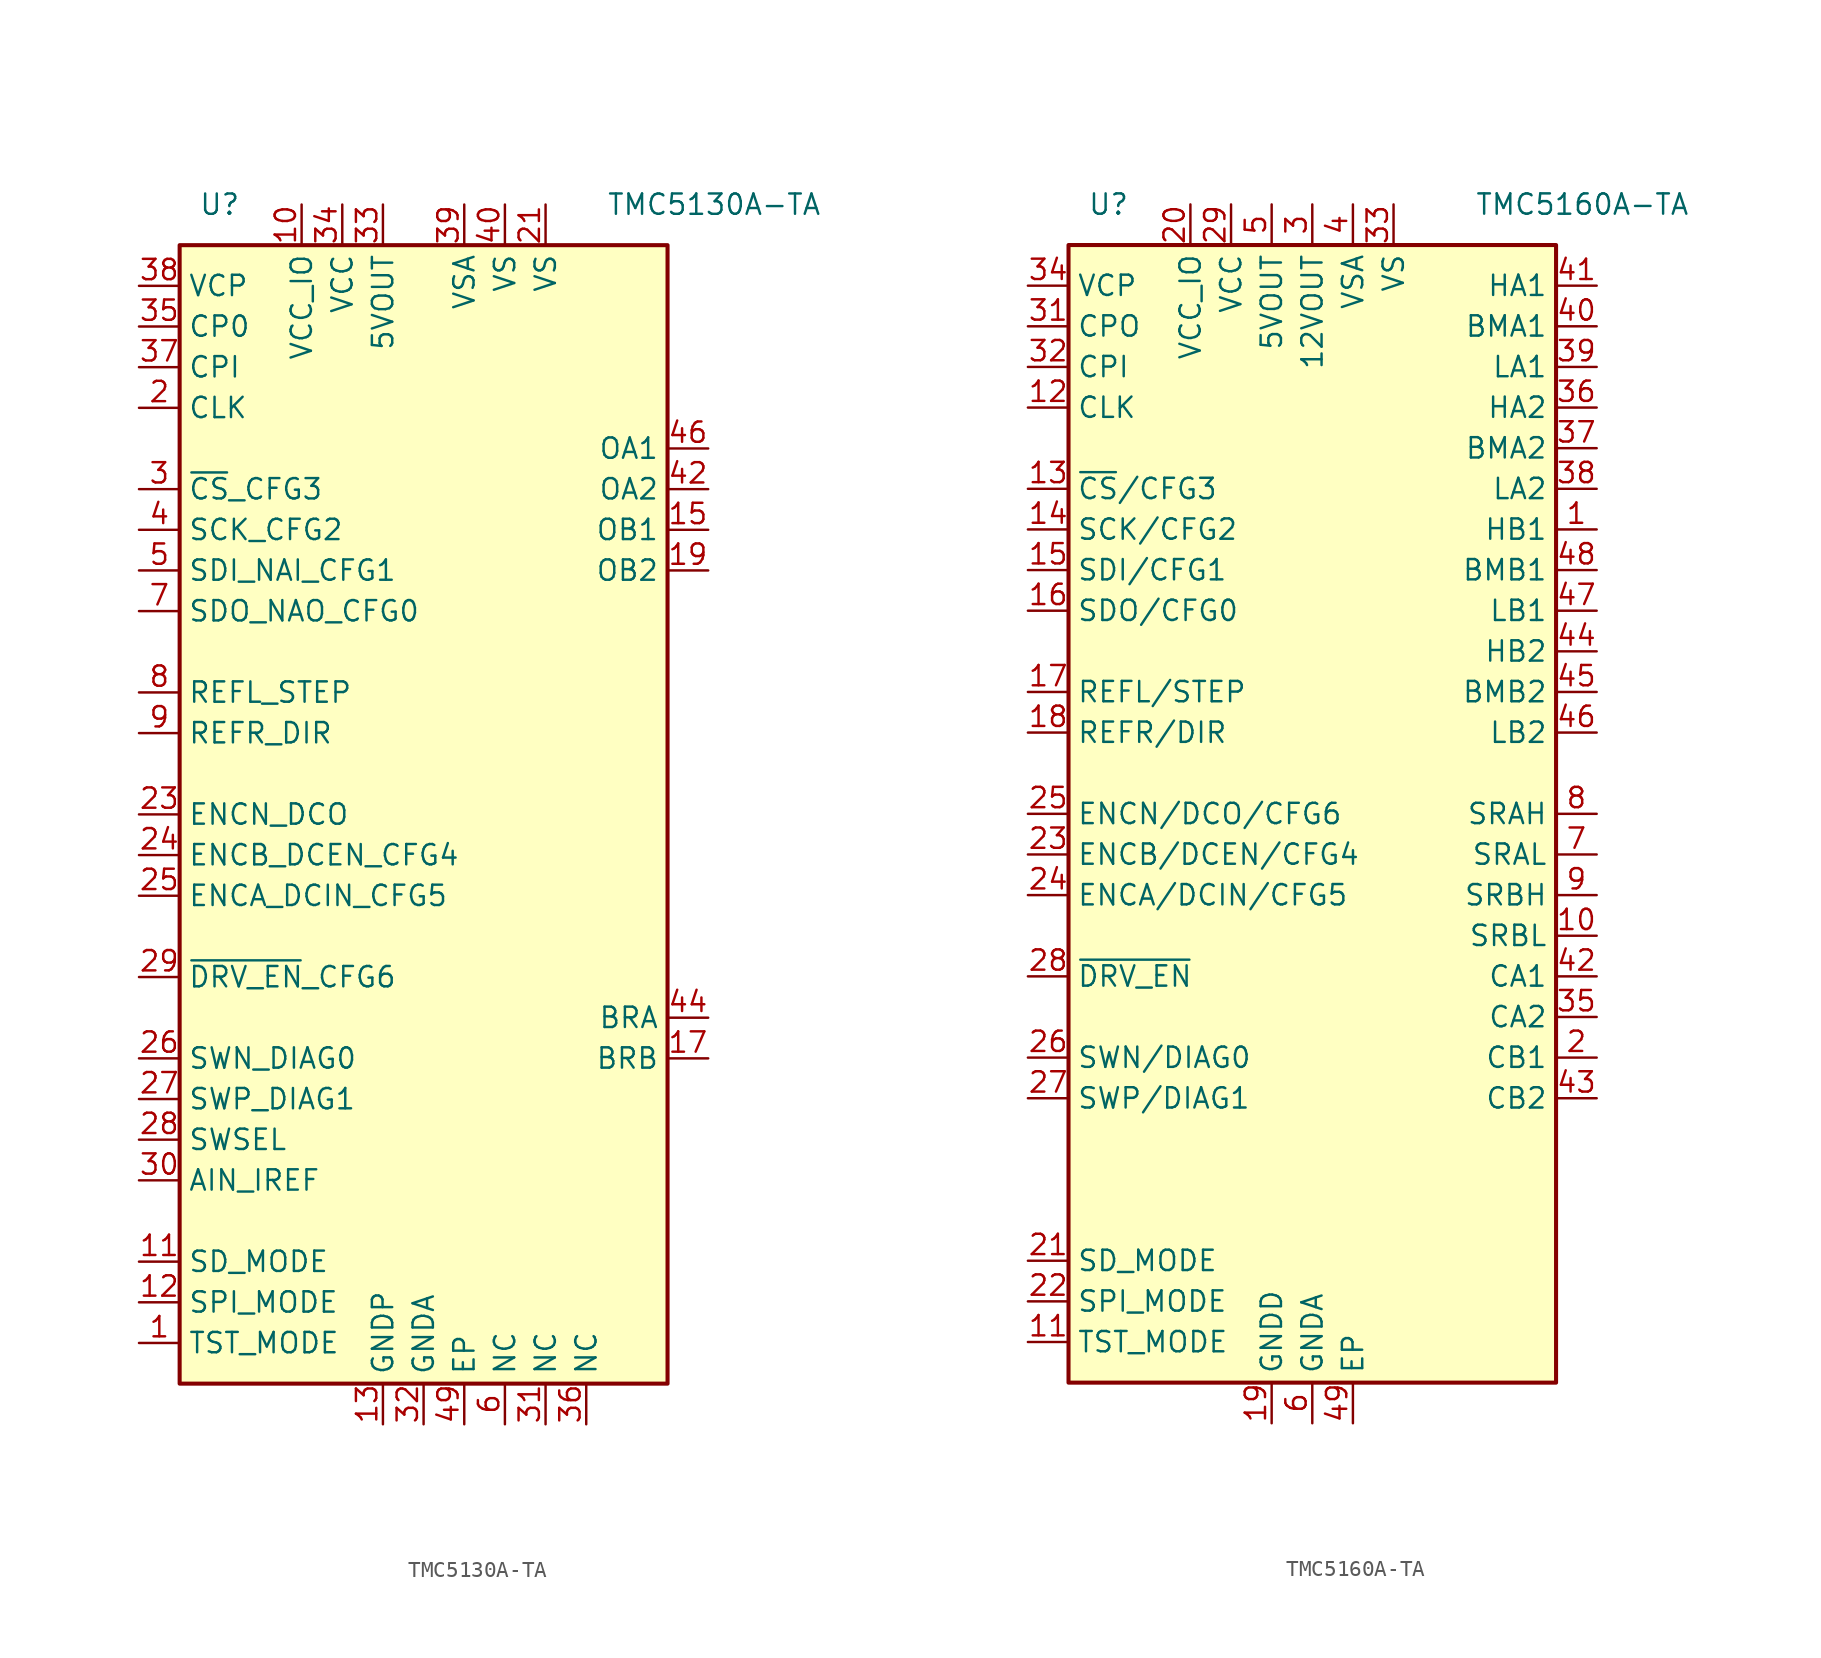
<source format=kicad_sym>
(kicad_symbol_lib
  (version 20201005)
  (generator kicad_symbol_editor)
  (symbol "Driver_Motor:TMC5130A-TA"
    (property "Reference" "U"
      (at -11.43 38.1 0)
      (effects (font (size 1.27 1.27)) (justify right)))
    (property "Value" "TMC5130A-TA"
      (at 11.43 38.1 0)
      (effects (font (size 1.27 1.27)) (justify left)))
    (symbol "TMC5130A-TA_0_1"
      (rectangle (start -15.24 35.56) (end 15.24 -35.56) (stroke (width 0.254)) (fill (type background))))
    (symbol "TMC5130A-TA_1_1"
      (pin input line (at -17.78 -33.02 0) (length 2.54) (name "TST_MODE" (effects (font (size 1.27 1.27)))) (number "1" (effects (font (size 1.27 1.27)))))
      (pin power_in line (at -7.62 38.1 270) (length 2.54) (name "VCC_IO" (effects (font (size 1.27 1.27)))) (number "10" (effects (font (size 1.27 1.27)))))
      (pin input line (at -17.78 -27.94 0) (length 2.54) (name "SD_MODE" (effects (font (size 1.27 1.27)))) (number "11" (effects (font (size 1.27 1.27)))))
      (pin input line (at -17.78 -30.48 0) (length 2.54) (name "SPI_MODE" (effects (font (size 1.27 1.27)))) (number "12" (effects (font (size 1.27 1.27)))))
      (pin power_in line (at -2.54 -38.1 90) (length 2.54) (name "GNDP" (effects (font (size 1.27 1.27)))) (number "13" (effects (font (size 1.27 1.27)))))
      (pin no_connect line (at 15.24 12.7 180) (length 2.54) hide (name "DNC" (effects (font (size 1.27 1.27)))) (number "14" (effects (font (size 1.27 1.27)))))
      (pin output line (at 17.78 17.78 180) (length 2.54) (name "OB1" (effects (font (size 1.27 1.27)))) (number "15" (effects (font (size 1.27 1.27)))))
      (pin no_connect line (at 15.24 10.16 180) (length 2.54) hide (name "DNC" (effects (font (size 1.27 1.27)))) (number "16" (effects (font (size 1.27 1.27)))))
      (pin passive line (at 17.78 -15.24 180) (length 2.54) (name "BRB" (effects (font (size 1.27 1.27)))) (number "17" (effects (font (size 1.27 1.27)))))
      (pin no_connect line (at 15.24 7.62 180) (length 2.54) hide (name "DNC" (effects (font (size 1.27 1.27)))) (number "18" (effects (font (size 1.27 1.27)))))
      (pin output line (at 17.78 15.24 180) (length 2.54) (name "OB2" (effects (font (size 1.27 1.27)))) (number "19" (effects (font (size 1.27 1.27)))))
      (pin input line (at -17.78 25.4 0) (length 2.54) (name "CLK" (effects (font (size 1.27 1.27)))) (number "2" (effects (font (size 1.27 1.27)))))
      (pin no_connect line (at 15.24 5.08 180) (length 2.54) hide (name "DNC" (effects (font (size 1.27 1.27)))) (number "20" (effects (font (size 1.27 1.27)))))
      (pin power_in line (at 7.62 38.1 270) (length 2.54) (name "VS" (effects (font (size 1.27 1.27)))) (number "21" (effects (font (size 1.27 1.27)))))
      (pin no_connect line (at 15.24 2.54 180) (length 2.54) hide (name "DNC" (effects (font (size 1.27 1.27)))) (number "22" (effects (font (size 1.27 1.27)))))
      (pin bidirectional line (at -17.78 0 0) (length 2.54) (name "ENCN_DCO" (effects (font (size 1.27 1.27)))) (number "23" (effects (font (size 1.27 1.27)))))
      (pin input line (at -17.78 -2.54 0) (length 2.54) (name "ENCB_DCEN_CFG4" (effects (font (size 1.27 1.27)))) (number "24" (effects (font (size 1.27 1.27)))))
      (pin input line (at -17.78 -5.08 0) (length 2.54) (name "ENCA_DCIN_CFG5" (effects (font (size 1.27 1.27)))) (number "25" (effects (font (size 1.27 1.27)))))
      (pin bidirectional line (at -17.78 -15.24 0) (length 2.54) (name "SWN_DIAG0" (effects (font (size 1.27 1.27)))) (number "26" (effects (font (size 1.27 1.27)))))
      (pin bidirectional line (at -17.78 -17.78 0) (length 2.54) (name "SWP_DIAG1" (effects (font (size 1.27 1.27)))) (number "27" (effects (font (size 1.27 1.27)))))
      (pin input line (at -17.78 -20.32 0) (length 2.54) (name "SWSEL" (effects (font (size 1.27 1.27)))) (number "28" (effects (font (size 1.27 1.27)))))
      (pin input line (at -17.78 -10.16 0) (length 2.54) (name "~DRV_EN~_CFG6" (effects (font (size 1.27 1.27)))) (number "29" (effects (font (size 1.27 1.27)))))
      (pin input line (at -17.78 20.32 0) (length 2.54) (name "~CS~_CFG3" (effects (font (size 1.27 1.27)))) (number "3" (effects (font (size 1.27 1.27)))))
      (pin input line (at -17.78 -22.86 0) (length 2.54) (name "AIN_IREF" (effects (font (size 1.27 1.27)))) (number "30" (effects (font (size 1.27 1.27)))))
      (pin passive line (at 7.62 -38.1 90) (length 2.54) (name "NC" (effects (font (size 1.27 1.27)))) (number "31" (effects (font (size 1.27 1.27)))))
      (pin power_in line (at 0 -38.1 90) (length 2.54) (name "GNDA" (effects (font (size 1.27 1.27)))) (number "32" (effects (font (size 1.27 1.27)))))
      (pin power_out line (at -2.54 38.1 270) (length 2.54) (name "5VOUT" (effects (font (size 1.27 1.27)))) (number "33" (effects (font (size 1.27 1.27)))))
      (pin power_in line (at -5.08 38.1 270) (length 2.54) (name "VCC" (effects (font (size 1.27 1.27)))) (number "34" (effects (font (size 1.27 1.27)))))
      (pin passive line (at -17.78 30.48 0) (length 2.54) (name "CP0" (effects (font (size 1.27 1.27)))) (number "35" (effects (font (size 1.27 1.27)))))
      (pin passive line (at 10.16 -38.1 90) (length 2.54) (name "NC" (effects (font (size 1.27 1.27)))) (number "36" (effects (font (size 1.27 1.27)))))
      (pin passive line (at -17.78 27.94 0) (length 2.54) (name "CPI" (effects (font (size 1.27 1.27)))) (number "37" (effects (font (size 1.27 1.27)))))
      (pin passive line (at -17.78 33.02 0) (length 2.54) (name "VCP" (effects (font (size 1.27 1.27)))) (number "38" (effects (font (size 1.27 1.27)))))
      (pin power_in line (at 2.54 38.1 270) (length 2.54) (name "VSA" (effects (font (size 1.27 1.27)))) (number "39" (effects (font (size 1.27 1.27)))))
      (pin input line (at -17.78 17.78 0) (length 2.54) (name "SCK_CFG2" (effects (font (size 1.27 1.27)))) (number "4" (effects (font (size 1.27 1.27)))))
      (pin power_in line (at 5.08 38.1 270) (length 2.54) (name "VS" (effects (font (size 1.27 1.27)))) (number "40" (effects (font (size 1.27 1.27)))))
      (pin no_connect line (at 15.24 33.02 180) (length 2.54) hide (name "DNC" (effects (font (size 1.27 1.27)))) (number "41" (effects (font (size 1.27 1.27)))))
      (pin output line (at 17.78 20.32 180) (length 2.54) (name "OA2" (effects (font (size 1.27 1.27)))) (number "42" (effects (font (size 1.27 1.27)))))
      (pin no_connect line (at 15.24 30.48 180) (length 2.54) hide (name "DNC" (effects (font (size 1.27 1.27)))) (number "43" (effects (font (size 1.27 1.27)))))
      (pin passive line (at 17.78 -12.7 180) (length 2.54) (name "BRA" (effects (font (size 1.27 1.27)))) (number "44" (effects (font (size 1.27 1.27)))))
      (pin no_connect line (at 15.24 27.94 180) (length 2.54) hide (name "DNC" (effects (font (size 1.27 1.27)))) (number "45" (effects (font (size 1.27 1.27)))))
      (pin output line (at 17.78 22.86 180) (length 2.54) (name "OA1" (effects (font (size 1.27 1.27)))) (number "46" (effects (font (size 1.27 1.27)))))
      (pin no_connect line (at 15.24 25.4 180) (length 2.54) hide (name "DNC" (effects (font (size 1.27 1.27)))) (number "47" (effects (font (size 1.27 1.27)))))
      (pin passive line (at -2.54 -38.1 90) (length 2.54) hide (name "GNDP" (effects (font (size 1.27 1.27)))) (number "48" (effects (font (size 1.27 1.27)))))
      (pin power_in line (at 2.54 -38.1 90) (length 2.54) (name "EP" (effects (font (size 1.27 1.27)))) (number "49" (effects (font (size 1.27 1.27)))))
      (pin input line (at -17.78 15.24 0) (length 2.54) (name "SDI_NAI_CFG1" (effects (font (size 1.27 1.27)))) (number "5" (effects (font (size 1.27 1.27)))))
      (pin passive line (at 5.08 -38.1 90) (length 2.54) (name "NC" (effects (font (size 1.27 1.27)))) (number "6" (effects (font (size 1.27 1.27)))))
      (pin bidirectional line (at -17.78 12.7 0) (length 2.54) (name "SDO_NAO_CFG0" (effects (font (size 1.27 1.27)))) (number "7" (effects (font (size 1.27 1.27)))))
      (pin input line (at -17.78 7.62 0) (length 2.54) (name "REFL_STEP" (effects (font (size 1.27 1.27)))) (number "8" (effects (font (size 1.27 1.27)))))
      (pin input line (at -17.78 5.08 0) (length 2.54) (name "REFR_DIR" (effects (font (size 1.27 1.27)))) (number "9" (effects (font (size 1.27 1.27)))))))
  (symbol "Driver_Motor:TMC5160A-TA"
    (property "Reference" "U"
      (at -11.43 38.1 0)
      (effects (font (size 1.27 1.27)) (justify right)))
    (property "Value" "TMC5160A-TA"
      (at 10.16 38.1 0)
      (effects (font (size 1.27 1.27)) (justify left)))
    (symbol "TMC5160A-TA_1_0"
      (rectangle (start -15.24 -35.56) (end 15.24 35.56) (stroke (width 0.254)) (fill (type background))))
    (symbol "TMC5160A-TA_1_1"
      (pin output line (at 17.78 17.78 180) (length 2.54) (name "HB1" (effects (font (size 1.27 1.27)))) (number "1" (effects (font (size 1.27 1.27)))))
      (pin passive line (at 17.78 -7.62 180) (length 2.54) (name "SRBL" (effects (font (size 1.27 1.27)))) (number "10" (effects (font (size 1.27 1.27)))))
      (pin input line (at -17.78 -33.02 0) (length 2.54) (name "TST_MODE" (effects (font (size 1.27 1.27)))) (number "11" (effects (font (size 1.27 1.27)))))
      (pin input line (at -17.78 25.4 0) (length 2.54) (name "CLK" (effects (font (size 1.27 1.27)))) (number "12" (effects (font (size 1.27 1.27)))))
      (pin input line (at -17.78 20.32 0) (length 2.54) (name "~CS~/CFG3" (effects (font (size 1.27 1.27)))) (number "13" (effects (font (size 1.27 1.27)))))
      (pin input line (at -17.78 17.78 0) (length 2.54) (name "SCK/CFG2" (effects (font (size 1.27 1.27)))) (number "14" (effects (font (size 1.27 1.27)))))
      (pin input line (at -17.78 15.24 0) (length 2.54) (name "SDI/CFG1" (effects (font (size 1.27 1.27)))) (number "15" (effects (font (size 1.27 1.27)))))
      (pin bidirectional line (at -17.78 12.7 0) (length 2.54) (name "SDO/CFG0" (effects (font (size 1.27 1.27)))) (number "16" (effects (font (size 1.27 1.27)))))
      (pin input line (at -17.78 7.62 0) (length 2.54) (name "REFL/STEP" (effects (font (size 1.27 1.27)))) (number "17" (effects (font (size 1.27 1.27)))))
      (pin input line (at -17.78 5.08 0) (length 2.54) (name "REFR/DIR" (effects (font (size 1.27 1.27)))) (number "18" (effects (font (size 1.27 1.27)))))
      (pin power_in line (at -2.54 -38.1 90) (length 2.54) (name "GNDD" (effects (font (size 1.27 1.27)))) (number "19" (effects (font (size 1.27 1.27)))))
      (pin passive line (at 17.78 -15.24 180) (length 2.54) (name "CB1" (effects (font (size 1.27 1.27)))) (number "2" (effects (font (size 1.27 1.27)))))
      (pin power_in line (at -7.62 38.1 270) (length 2.54) (name "VCC_IO" (effects (font (size 1.27 1.27)))) (number "20" (effects (font (size 1.27 1.27)))))
      (pin input line (at -17.78 -27.94 0) (length 2.54) (name "SD_MODE" (effects (font (size 1.27 1.27)))) (number "21" (effects (font (size 1.27 1.27)))))
      (pin input line (at -17.78 -30.48 0) (length 2.54) (name "SPI_MODE" (effects (font (size 1.27 1.27)))) (number "22" (effects (font (size 1.27 1.27)))))
      (pin input line (at -17.78 -2.54 0) (length 2.54) (name "ENCB/DCEN/CFG4" (effects (font (size 1.27 1.27)))) (number "23" (effects (font (size 1.27 1.27)))))
      (pin input line (at -17.78 -5.08 0) (length 2.54) (name "ENCA/DCIN/CFG5" (effects (font (size 1.27 1.27)))) (number "24" (effects (font (size 1.27 1.27)))))
      (pin bidirectional line (at -17.78 0 0) (length 2.54) (name "ENCN/DCO/CFG6" (effects (font (size 1.27 1.27)))) (number "25" (effects (font (size 1.27 1.27)))))
      (pin bidirectional line (at -17.78 -15.24 0) (length 2.54) (name "SWN/DIAG0" (effects (font (size 1.27 1.27)))) (number "26" (effects (font (size 1.27 1.27)))))
      (pin bidirectional line (at -17.78 -17.78 0) (length 2.54) (name "SWP/DIAG1" (effects (font (size 1.27 1.27)))) (number "27" (effects (font (size 1.27 1.27)))))
      (pin input line (at -17.78 -10.16 0) (length 2.54) (name "~DRV_EN" (effects (font (size 1.27 1.27)))) (number "28" (effects (font (size 1.27 1.27)))))
      (pin power_in line (at -5.08 38.1 270) (length 2.54) (name "VCC" (effects (font (size 1.27 1.27)))) (number "29" (effects (font (size 1.27 1.27)))))
      (pin power_out line (at 0 38.1 270) (length 2.54) (name "12VOUT" (effects (font (size 1.27 1.27)))) (number "3" (effects (font (size 1.27 1.27)))))
      (pin passive line (at -2.54 -38.1 90) (length 2.54) hide (name "GNDD" (effects (font (size 1.27 1.27)))) (number "30" (effects (font (size 1.27 1.27)))))
      (pin passive line (at -17.78 30.48 0) (length 2.54) (name "CPO" (effects (font (size 1.27 1.27)))) (number "31" (effects (font (size 1.27 1.27)))))
      (pin passive line (at -17.78 27.94 0) (length 2.54) (name "CPI" (effects (font (size 1.27 1.27)))) (number "32" (effects (font (size 1.27 1.27)))))
      (pin power_in line (at 5.08 38.1 270) (length 2.54) (name "VS" (effects (font (size 1.27 1.27)))) (number "33" (effects (font (size 1.27 1.27)))))
      (pin passive line (at -17.78 33.02 0) (length 2.54) (name "VCP" (effects (font (size 1.27 1.27)))) (number "34" (effects (font (size 1.27 1.27)))))
      (pin passive line (at 17.78 -12.7 180) (length 2.54) (name "CA2" (effects (font (size 1.27 1.27)))) (number "35" (effects (font (size 1.27 1.27)))))
      (pin output line (at 17.78 25.4 180) (length 2.54) (name "HA2" (effects (font (size 1.27 1.27)))) (number "36" (effects (font (size 1.27 1.27)))))
      (pin passive line (at 17.78 22.86 180) (length 2.54) (name "BMA2" (effects (font (size 1.27 1.27)))) (number "37" (effects (font (size 1.27 1.27)))))
      (pin output line (at 17.78 20.32 180) (length 2.54) (name "LA2" (effects (font (size 1.27 1.27)))) (number "38" (effects (font (size 1.27 1.27)))))
      (pin output line (at 17.78 27.94 180) (length 2.54) (name "LA1" (effects (font (size 1.27 1.27)))) (number "39" (effects (font (size 1.27 1.27)))))
      (pin power_in line (at 2.54 38.1 270) (length 2.54) (name "VSA" (effects (font (size 1.27 1.27)))) (number "4" (effects (font (size 1.27 1.27)))))
      (pin passive line (at 17.78 30.48 180) (length 2.54) (name "BMA1" (effects (font (size 1.27 1.27)))) (number "40" (effects (font (size 1.27 1.27)))))
      (pin output line (at 17.78 33.02 180) (length 2.54) (name "HA1" (effects (font (size 1.27 1.27)))) (number "41" (effects (font (size 1.27 1.27)))))
      (pin passive line (at 17.78 -10.16 180) (length 2.54) (name "CA1" (effects (font (size 1.27 1.27)))) (number "42" (effects (font (size 1.27 1.27)))))
      (pin passive line (at 17.78 -17.78 180) (length 2.54) (name "CB2" (effects (font (size 1.27 1.27)))) (number "43" (effects (font (size 1.27 1.27)))))
      (pin output line (at 17.78 10.16 180) (length 2.54) (name "HB2" (effects (font (size 1.27 1.27)))) (number "44" (effects (font (size 1.27 1.27)))))
      (pin passive line (at 17.78 7.62 180) (length 2.54) (name "BMB2" (effects (font (size 1.27 1.27)))) (number "45" (effects (font (size 1.27 1.27)))))
      (pin output line (at 17.78 5.08 180) (length 2.54) (name "LB2" (effects (font (size 1.27 1.27)))) (number "46" (effects (font (size 1.27 1.27)))))
      (pin output line (at 17.78 12.7 180) (length 2.54) (name "LB1" (effects (font (size 1.27 1.27)))) (number "47" (effects (font (size 1.27 1.27)))))
      (pin passive line (at 17.78 15.24 180) (length 2.54) (name "BMB1" (effects (font (size 1.27 1.27)))) (number "48" (effects (font (size 1.27 1.27)))))
      (pin power_in line (at 2.54 -38.1 90) (length 2.54) (name "EP" (effects (font (size 1.27 1.27)))) (number "49" (effects (font (size 1.27 1.27)))))
      (pin power_out line (at -2.54 38.1 270) (length 2.54) (name "5VOUT" (effects (font (size 1.27 1.27)))) (number "5" (effects (font (size 1.27 1.27)))))
      (pin power_in line (at 0 -38.1 90) (length 2.54) (name "GNDA" (effects (font (size 1.27 1.27)))) (number "6" (effects (font (size 1.27 1.27)))))
      (pin passive line (at 17.78 -2.54 180) (length 2.54) (name "SRAL" (effects (font (size 1.27 1.27)))) (number "7" (effects (font (size 1.27 1.27)))))
      (pin passive line (at 17.78 0 180) (length 2.54) (name "SRAH" (effects (font (size 1.27 1.27)))) (number "8" (effects (font (size 1.27 1.27)))))
      (pin passive line (at 17.78 -5.08 180) (length 2.54) (name "SRBH" (effects (font (size 1.27 1.27)))) (number "9" (effects (font (size 1.27 1.27))))))))
</source>
